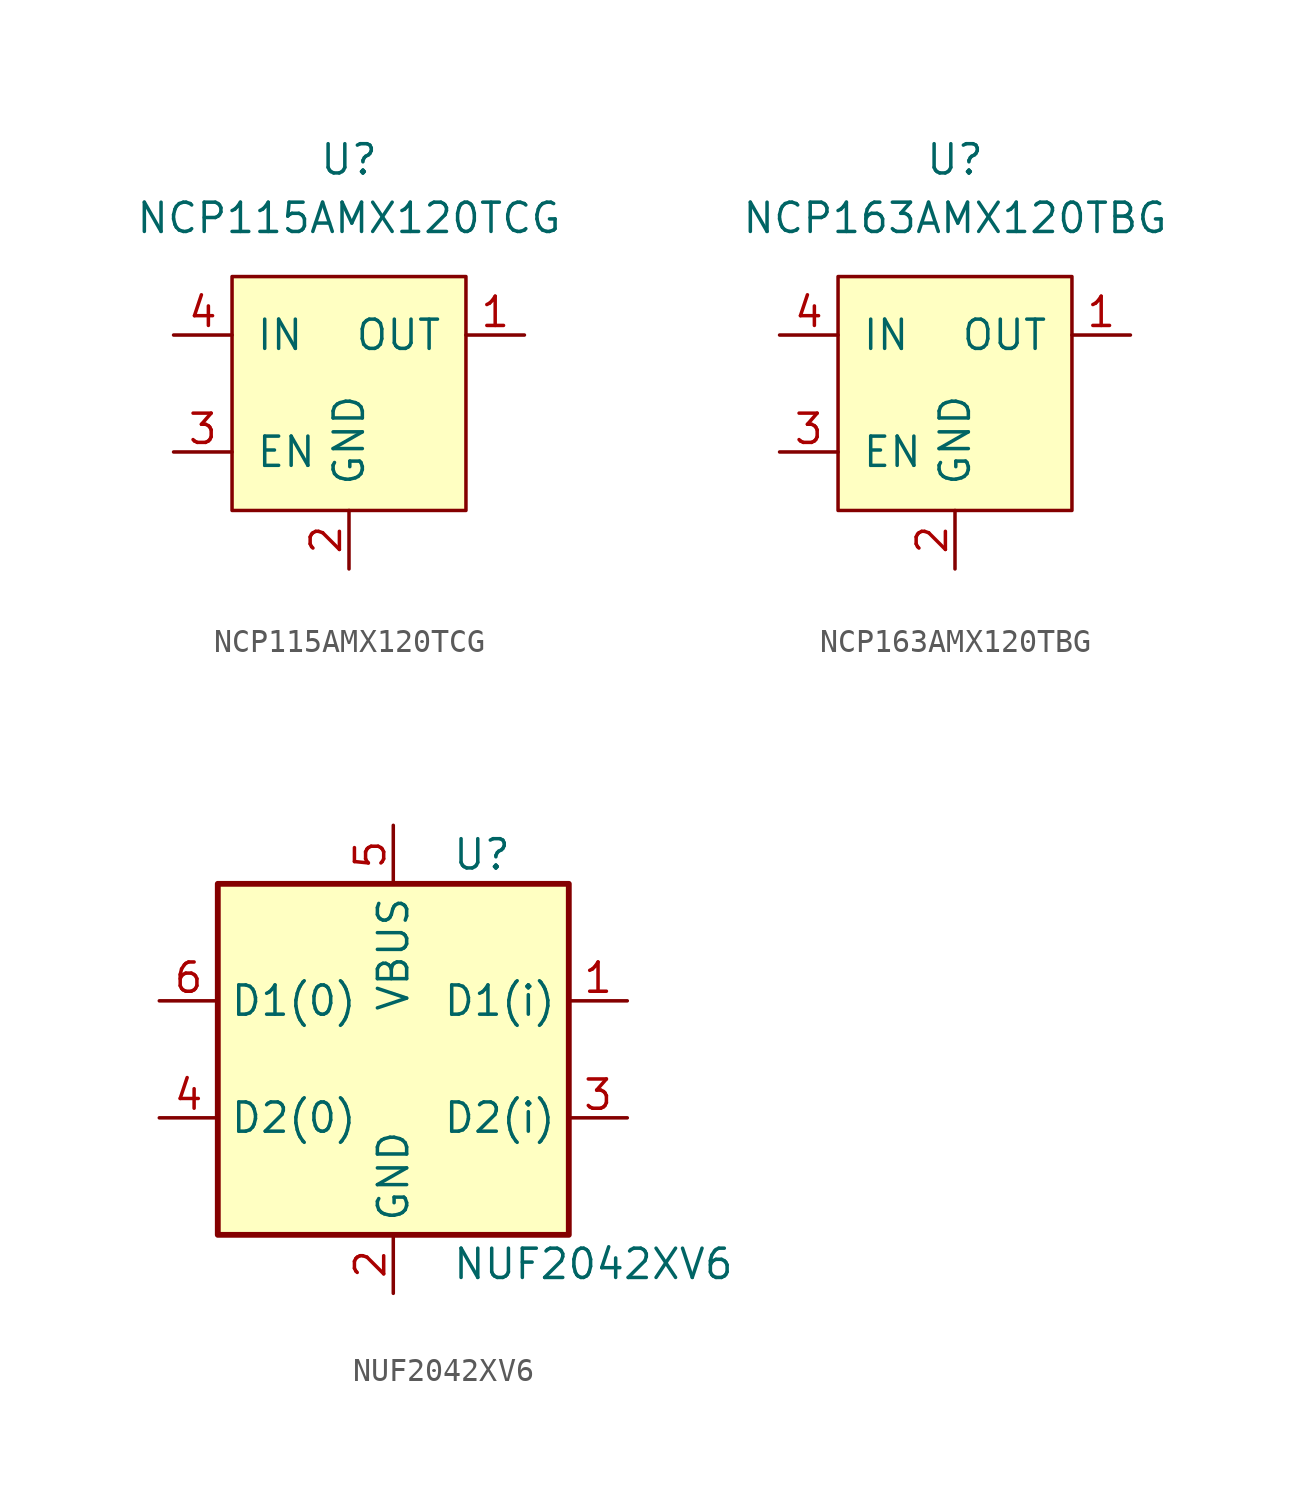
<source format=kicad_sym>
(kicad_symbol_lib
  (version 20220914)
  (generator kicad_symbol_editor)
  (symbol "NCP115AMX120TCG"
    (pin_names
      (offset 1.016))
    (property "Reference" "U"
      (at 0 10.16 0)
      (effects (font (size 1.27 1.27))))
    (property "Value" "NCP115AMX120TCG"
      (at 0 7.62 0)
      (effects (font (size 1.27 1.27))))
    (symbol "NCP115AMX120TCG_0_0"
      (pin power_out line (at 7.62 2.54 180) (length 2.54) (name "OUT" (effects (font (size 1.27 1.27)))) (number "1" (effects (font (size 1.27 1.27)))))
      (pin power_in line (at 0 -7.62 90) (length 2.54) (name "GND" (effects (font (size 1.27 1.27)))) (number "2" (effects (font (size 1.27 1.27)))))
      (pin input line (at -7.62 -2.54 0) (length 2.54) (name "EN" (effects (font (size 1.27 1.27)))) (number "3" (effects (font (size 1.27 1.27)))))
      (pin power_in line (at -7.62 2.54 0) (length 2.54) (name "IN" (effects (font (size 1.27 1.27)))) (number "4" (effects (font (size 1.27 1.27))))))
    (symbol "NCP115AMX120TCG_0_1"
      (rectangle (start -5.08 5.08) (end 5.08 -5.08) (stroke (width 0) (type default)) (fill (type background)))))
  (symbol "NCP163AMX120TBG"
    (pin_names
      (offset 1.016))
    (property "Reference" "U"
      (at 0 10.16 0)
      (effects (font (size 1.27 1.27))))
    (property "Value" "NCP163AMX120TBG"
      (at 0 7.62 0)
      (effects (font (size 1.27 1.27))))
    (symbol "NCP163AMX120TBG_0_0"
      (pin power_out line (at 7.62 2.54 180) (length 2.54) (name "OUT" (effects (font (size 1.27 1.27)))) (number "1" (effects (font (size 1.27 1.27)))))
      (pin power_in line (at 0 -7.62 90) (length 2.54) (name "GND" (effects (font (size 1.27 1.27)))) (number "2" (effects (font (size 1.27 1.27)))))
      (pin input line (at -7.62 -2.54 0) (length 2.54) (name "EN" (effects (font (size 1.27 1.27)))) (number "3" (effects (font (size 1.27 1.27)))))
      (pin power_in line (at -7.62 2.54 0) (length 2.54) (name "IN" (effects (font (size 1.27 1.27)))) (number "4" (effects (font (size 1.27 1.27))))))
    (symbol "NCP163AMX120TBG_0_1"
      (rectangle (start -5.08 5.08) (end 5.08 -5.08) (stroke (width 0) (type default)) (fill (type background)))))
  (symbol "NUF2042XV6"
    (property "Reference" "U"
      (at 2.54 8.89 0)
      (effects (font (size 1.27 1.27)) (justify left)))
    (property "Value" "NUF2042XV6"
      (at 2.54 -8.89 0)
      (effects (font (size 1.27 1.27)) (justify left)))
    (symbol "NUF2042XV6_0_1"
      (rectangle (start -7.62 -7.62) (end 7.62 7.62) (stroke (width 0.254) (type default)) (fill (type background))))
    (symbol "NUF2042XV6_1_1"
      (pin passive line (at 10.16 2.54 180) (length 2.54) (name "D1(i)" (effects (font (size 1.27 1.27)))) (number "1" (effects (font (size 1.27 1.27)))))
      (pin passive line (at 0 -10.16 90) (length 2.54) (name "GND" (effects (font (size 1.27 1.27)))) (number "2" (effects (font (size 1.27 1.27)))))
      (pin passive line (at 10.16 -2.54 180) (length 2.54) (name "D2(i)" (effects (font (size 1.27 1.27)))) (number "3" (effects (font (size 1.27 1.27)))))
      (pin passive line (at -10.16 -2.54 0) (length 2.54) (name "D2(0)" (effects (font (size 1.27 1.27)))) (number "4" (effects (font (size 1.27 1.27)))))
      (pin passive line (at 0 10.16 270) (length 2.54) (name "VBUS" (effects (font (size 1.27 1.27)))) (number "5" (effects (font (size 1.27 1.27)))))
      (pin passive line (at -10.16 2.54 0) (length 2.54) (name "D1(0)" (effects (font (size 1.27 1.27)))) (number "6" (effects (font (size 1.27 1.27))))))))
</source>
